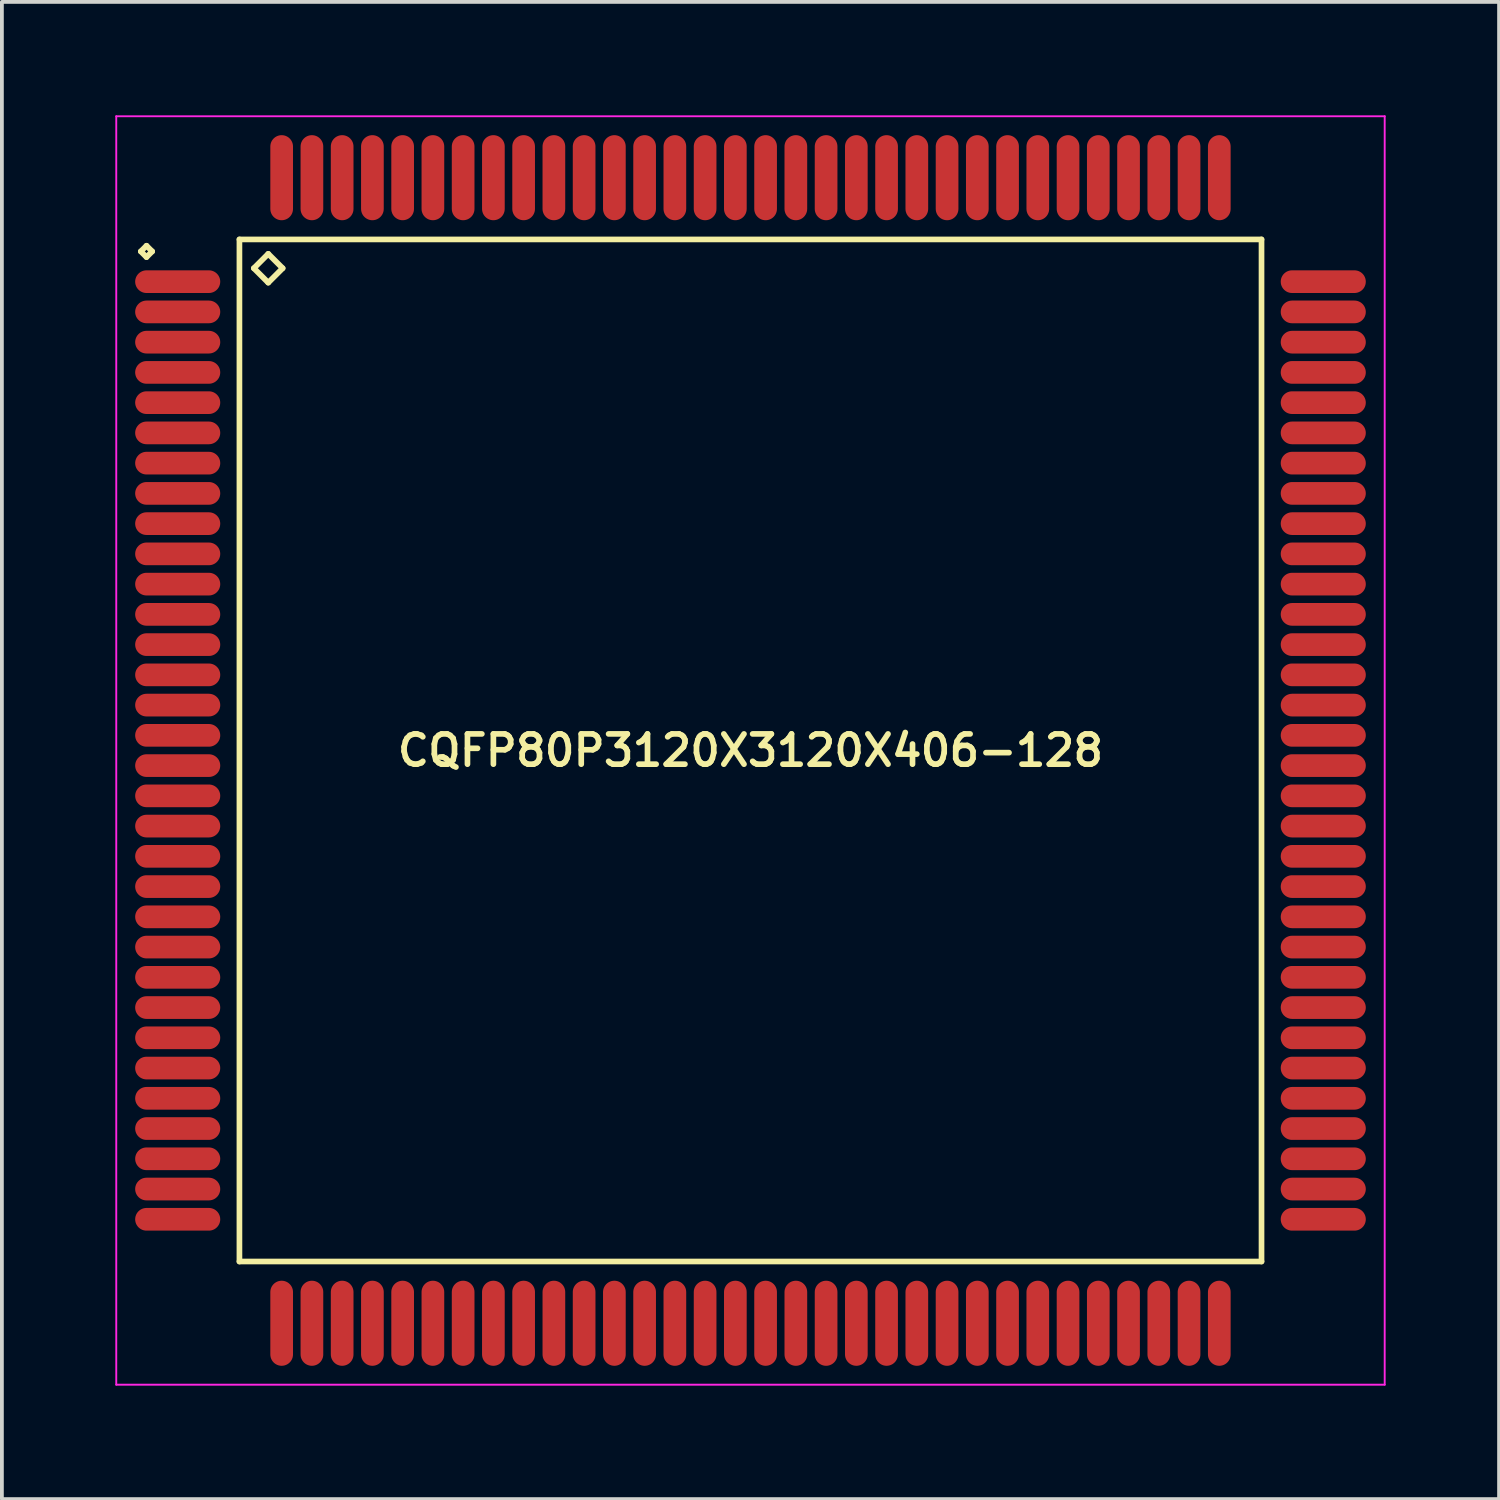
<source format=kicad_pcb>
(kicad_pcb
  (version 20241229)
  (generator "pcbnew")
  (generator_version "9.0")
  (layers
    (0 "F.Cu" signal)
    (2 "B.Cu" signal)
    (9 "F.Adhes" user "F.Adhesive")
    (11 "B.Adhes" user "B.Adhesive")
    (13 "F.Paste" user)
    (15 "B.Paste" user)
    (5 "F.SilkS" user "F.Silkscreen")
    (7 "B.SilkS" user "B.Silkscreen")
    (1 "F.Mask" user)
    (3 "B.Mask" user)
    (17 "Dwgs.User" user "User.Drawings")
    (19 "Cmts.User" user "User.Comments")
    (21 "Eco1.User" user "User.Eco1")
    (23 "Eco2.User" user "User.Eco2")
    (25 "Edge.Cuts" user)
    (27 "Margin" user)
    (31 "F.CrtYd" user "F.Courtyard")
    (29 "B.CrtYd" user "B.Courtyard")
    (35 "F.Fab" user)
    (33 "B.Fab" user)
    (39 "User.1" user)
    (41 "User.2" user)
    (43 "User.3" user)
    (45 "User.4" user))
  (footprint "CQFP80P3120X3120X406-128"
    (layer "F.Cu")
    (at 16.8 16.8)
    (property "Reference" "CQFP80P3120X3120X406-128" (at 0 0 0) (layer "F.SilkS") (effects (font (size 0.8 0.8) (thickness 0.15))))
    (attr smd)
    (fp_line (start -16.125 -13.2) (end -15.975 -13.35) (stroke (width 0.15) (type solid)) (layer "F.SilkS"))
    (fp_line (start -15.975 -13.35) (end -15.825 -13.2) (stroke (width 0.15) (type solid)) (layer "F.SilkS"))
    (fp_line (start -15.975 -13.05) (end -16.125 -13.2) (stroke (width 0.15) (type solid)) (layer "F.SilkS"))
    (fp_line (start -15.825 -13.2) (end -15.975 -13.05) (stroke (width 0.15) (type solid)) (layer "F.SilkS"))
    (fp_line (start -13.517 -13.517) (end -13.517 13.517) (stroke (width 0.15) (type solid)) (layer "F.SilkS"))
    (fp_line (start -13.517 13.517) (end 13.517 13.517) (stroke (width 0.15) (type solid)) (layer "F.SilkS"))
    (fp_line (start -13.136 -12.755) (end -12.755 -13.136) (stroke (width 0.15) (type solid)) (layer "F.SilkS"))
    (fp_line (start -12.755 -13.136) (end -12.374 -12.755) (stroke (width 0.15) (type solid)) (layer "F.SilkS"))
    (fp_line (start -12.755 -12.374) (end -13.136 -12.755) (stroke (width 0.15) (type solid)) (layer "F.SilkS"))
    (fp_line (start -12.374 -12.755) (end -12.755 -12.374) (stroke (width 0.15) (type solid)) (layer "F.SilkS"))
    (fp_line (start 13.517 -13.517) (end -13.517 -13.517) (stroke (width 0.15) (type solid)) (layer "F.SilkS"))
    (fp_line (start 13.517 13.517) (end 13.517 -13.517) (stroke (width 0.15) (type solid)) (layer "F.SilkS"))
    (fp_line (start -16.775 -16.775) (end 16.775 -16.775) (stroke (width 0.05) (type solid)) (layer "F.CrtYd"))
    (fp_line (start -16.775 16.775) (end -16.775 -16.775) (stroke (width 0.05) (type solid)) (layer "F.CrtYd"))
    (fp_line (start 16.775 -16.775) (end 16.775 16.775) (stroke (width 0.05) (type solid)) (layer "F.CrtYd"))
    (fp_line (start 16.775 16.775) (end -16.775 16.775) (stroke (width 0.05) (type solid)) (layer "F.CrtYd"))
    (pad "1" smd oval (at -15.15 -12.4) (size 2.25 0.6) (layers "F.Cu" "F.Mask" "F.Paste"))
    (pad "2" smd oval (at -15.15 -11.6) (size 2.25 0.6) (layers "F.Cu" "F.Mask" "F.Paste"))
    (pad "3" smd oval (at -15.15 -10.8) (size 2.25 0.6) (layers "F.Cu" "F.Mask" "F.Paste"))
    (pad "4" smd oval (at -15.15 -10) (size 2.25 0.6) (layers "F.Cu" "F.Mask" "F.Paste"))
    (pad "5" smd oval (at -15.15 -9.2) (size 2.25 0.6) (layers "F.Cu" "F.Mask" "F.Paste"))
    (pad "6" smd oval (at -15.15 -8.4) (size 2.25 0.6) (layers "F.Cu" "F.Mask" "F.Paste"))
    (pad "7" smd oval (at -15.15 -7.6) (size 2.25 0.6) (layers "F.Cu" "F.Mask" "F.Paste"))
    (pad "8" smd oval (at -15.15 -6.8) (size 2.25 0.6) (layers "F.Cu" "F.Mask" "F.Paste"))
    (pad "9" smd oval (at -15.15 -6) (size 2.25 0.6) (layers "F.Cu" "F.Mask" "F.Paste"))
    (pad "10" smd oval (at -15.15 -5.2) (size 2.25 0.6) (layers "F.Cu" "F.Mask" "F.Paste"))
    (pad "11" smd oval (at -15.15 -4.4) (size 2.25 0.6) (layers "F.Cu" "F.Mask" "F.Paste"))
    (pad "12" smd oval (at -15.15 -3.6) (size 2.25 0.6) (layers "F.Cu" "F.Mask" "F.Paste"))
    (pad "13" smd oval (at -15.15 -2.8) (size 2.25 0.6) (layers "F.Cu" "F.Mask" "F.Paste"))
    (pad "14" smd oval (at -15.15 -2) (size 2.25 0.6) (layers "F.Cu" "F.Mask" "F.Paste"))
    (pad "15" smd oval (at -15.15 -1.2) (size 2.25 0.6) (layers "F.Cu" "F.Mask" "F.Paste"))
    (pad "16" smd oval (at -15.15 -0.4) (size 2.25 0.6) (layers "F.Cu" "F.Mask" "F.Paste"))
    (pad "17" smd oval (at -15.15 0.4) (size 2.25 0.6) (layers "F.Cu" "F.Mask" "F.Paste"))
    (pad "18" smd oval (at -15.15 1.2) (size 2.25 0.6) (layers "F.Cu" "F.Mask" "F.Paste"))
    (pad "19" smd oval (at -15.15 2) (size 2.25 0.6) (layers "F.Cu" "F.Mask" "F.Paste"))
    (pad "20" smd oval (at -15.15 2.8) (size 2.25 0.6) (layers "F.Cu" "F.Mask" "F.Paste"))
    (pad "21" smd oval (at -15.15 3.6) (size 2.25 0.6) (layers "F.Cu" "F.Mask" "F.Paste"))
    (pad "22" smd oval (at -15.15 4.4) (size 2.25 0.6) (layers "F.Cu" "F.Mask" "F.Paste"))
    (pad "23" smd oval (at -15.15 5.2) (size 2.25 0.6) (layers "F.Cu" "F.Mask" "F.Paste"))
    (pad "24" smd oval (at -15.15 6) (size 2.25 0.6) (layers "F.Cu" "F.Mask" "F.Paste"))
    (pad "25" smd oval (at -15.15 6.8) (size 2.25 0.6) (layers "F.Cu" "F.Mask" "F.Paste"))
    (pad "26" smd oval (at -15.15 7.6) (size 2.25 0.6) (layers "F.Cu" "F.Mask" "F.Paste"))
    (pad "27" smd oval (at -15.15 8.4) (size 2.25 0.6) (layers "F.Cu" "F.Mask" "F.Paste"))
    (pad "28" smd oval (at -15.15 9.2) (size 2.25 0.6) (layers "F.Cu" "F.Mask" "F.Paste"))
    (pad "29" smd oval (at -15.15 10) (size 2.25 0.6) (layers "F.Cu" "F.Mask" "F.Paste"))
    (pad "30" smd oval (at -15.15 10.8) (size 2.25 0.6) (layers "F.Cu" "F.Mask" "F.Paste"))
    (pad "31" smd oval (at -15.15 11.6) (size 2.25 0.6) (layers "F.Cu" "F.Mask" "F.Paste"))
    (pad "32" smd oval (at -15.15 12.4) (size 2.25 0.6) (layers "F.Cu" "F.Mask" "F.Paste"))
    (pad "33" smd oval (at -12.4 15.15) (size 0.6 2.25) (layers "F.Cu" "F.Mask" "F.Paste"))
    (pad "34" smd oval (at -11.6 15.15) (size 0.6 2.25) (layers "F.Cu" "F.Mask" "F.Paste"))
    (pad "35" smd oval (at -10.8 15.15) (size 0.6 2.25) (layers "F.Cu" "F.Mask" "F.Paste"))
    (pad "36" smd oval (at -10 15.15) (size 0.6 2.25) (layers "F.Cu" "F.Mask" "F.Paste"))
    (pad "37" smd oval (at -9.2 15.15) (size 0.6 2.25) (layers "F.Cu" "F.Mask" "F.Paste"))
    (pad "38" smd oval (at -8.4 15.15) (size 0.6 2.25) (layers "F.Cu" "F.Mask" "F.Paste"))
    (pad "39" smd oval (at -7.6 15.15) (size 0.6 2.25) (layers "F.Cu" "F.Mask" "F.Paste"))
    (pad "40" smd oval (at -6.8 15.15) (size 0.6 2.25) (layers "F.Cu" "F.Mask" "F.Paste"))
    (pad "41" smd oval (at -6 15.15) (size 0.6 2.25) (layers "F.Cu" "F.Mask" "F.Paste"))
    (pad "42" smd oval (at -5.2 15.15) (size 0.6 2.25) (layers "F.Cu" "F.Mask" "F.Paste"))
    (pad "43" smd oval (at -4.4 15.15) (size 0.6 2.25) (layers "F.Cu" "F.Mask" "F.Paste"))
    (pad "44" smd oval (at -3.6 15.15) (size 0.6 2.25) (layers "F.Cu" "F.Mask" "F.Paste"))
    (pad "45" smd oval (at -2.8 15.15) (size 0.6 2.25) (layers "F.Cu" "F.Mask" "F.Paste"))
    (pad "46" smd oval (at -2 15.15) (size 0.6 2.25) (layers "F.Cu" "F.Mask" "F.Paste"))
    (pad "47" smd oval (at -1.2 15.15) (size 0.6 2.25) (layers "F.Cu" "F.Mask" "F.Paste"))
    (pad "48" smd oval (at -0.4 15.15) (size 0.6 2.25) (layers "F.Cu" "F.Mask" "F.Paste"))
    (pad "49" smd oval (at 0.4 15.15) (size 0.6 2.25) (layers "F.Cu" "F.Mask" "F.Paste"))
    (pad "50" smd oval (at 1.2 15.15) (size 0.6 2.25) (layers "F.Cu" "F.Mask" "F.Paste"))
    (pad "51" smd oval (at 2 15.15) (size 0.6 2.25) (layers "F.Cu" "F.Mask" "F.Paste"))
    (pad "52" smd oval (at 2.8 15.15) (size 0.6 2.25) (layers "F.Cu" "F.Mask" "F.Paste"))
    (pad "53" smd oval (at 3.6 15.15) (size 0.6 2.25) (layers "F.Cu" "F.Mask" "F.Paste"))
    (pad "54" smd oval (at 4.4 15.15) (size 0.6 2.25) (layers "F.Cu" "F.Mask" "F.Paste"))
    (pad "55" smd oval (at 5.2 15.15) (size 0.6 2.25) (layers "F.Cu" "F.Mask" "F.Paste"))
    (pad "56" smd oval (at 6 15.15) (size 0.6 2.25) (layers "F.Cu" "F.Mask" "F.Paste"))
    (pad "57" smd oval (at 6.8 15.15) (size 0.6 2.25) (layers "F.Cu" "F.Mask" "F.Paste"))
    (pad "58" smd oval (at 7.6 15.15) (size 0.6 2.25) (layers "F.Cu" "F.Mask" "F.Paste"))
    (pad "59" smd oval (at 8.4 15.15) (size 0.6 2.25) (layers "F.Cu" "F.Mask" "F.Paste"))
    (pad "60" smd oval (at 9.2 15.15) (size 0.6 2.25) (layers "F.Cu" "F.Mask" "F.Paste"))
    (pad "61" smd oval (at 10 15.15) (size 0.6 2.25) (layers "F.Cu" "F.Mask" "F.Paste"))
    (pad "62" smd oval (at 10.8 15.15) (size 0.6 2.25) (layers "F.Cu" "F.Mask" "F.Paste"))
    (pad "63" smd oval (at 11.6 15.15) (size 0.6 2.25) (layers "F.Cu" "F.Mask" "F.Paste"))
    (pad "64" smd oval (at 12.4 15.15) (size 0.6 2.25) (layers "F.Cu" "F.Mask" "F.Paste"))
    (pad "65" smd oval (at 15.15 12.4) (size 2.25 0.6) (layers "F.Cu" "F.Mask" "F.Paste"))
    (pad "66" smd oval (at 15.15 11.6) (size 2.25 0.6) (layers "F.Cu" "F.Mask" "F.Paste"))
    (pad "67" smd oval (at 15.15 10.8) (size 2.25 0.6) (layers "F.Cu" "F.Mask" "F.Paste"))
    (pad "68" smd oval (at 15.15 10) (size 2.25 0.6) (layers "F.Cu" "F.Mask" "F.Paste"))
    (pad "69" smd oval (at 15.15 9.2) (size 2.25 0.6) (layers "F.Cu" "F.Mask" "F.Paste"))
    (pad "70" smd oval (at 15.15 8.4) (size 2.25 0.6) (layers "F.Cu" "F.Mask" "F.Paste"))
    (pad "71" smd oval (at 15.15 7.6) (size 2.25 0.6) (layers "F.Cu" "F.Mask" "F.Paste"))
    (pad "72" smd oval (at 15.15 6.8) (size 2.25 0.6) (layers "F.Cu" "F.Mask" "F.Paste"))
    (pad "73" smd oval (at 15.15 6) (size 2.25 0.6) (layers "F.Cu" "F.Mask" "F.Paste"))
    (pad "74" smd oval (at 15.15 5.2) (size 2.25 0.6) (layers "F.Cu" "F.Mask" "F.Paste"))
    (pad "75" smd oval (at 15.15 4.4) (size 2.25 0.6) (layers "F.Cu" "F.Mask" "F.Paste"))
    (pad "76" smd oval (at 15.15 3.6) (size 2.25 0.6) (layers "F.Cu" "F.Mask" "F.Paste"))
    (pad "77" smd oval (at 15.15 2.8) (size 2.25 0.6) (layers "F.Cu" "F.Mask" "F.Paste"))
    (pad "78" smd oval (at 15.15 2) (size 2.25 0.6) (layers "F.Cu" "F.Mask" "F.Paste"))
    (pad "79" smd oval (at 15.15 1.2) (size 2.25 0.6) (layers "F.Cu" "F.Mask" "F.Paste"))
    (pad "80" smd oval (at 15.15 0.4) (size 2.25 0.6) (layers "F.Cu" "F.Mask" "F.Paste"))
    (pad "81" smd oval (at 15.15 -0.4) (size 2.25 0.6) (layers "F.Cu" "F.Mask" "F.Paste"))
    (pad "82" smd oval (at 15.15 -1.2) (size 2.25 0.6) (layers "F.Cu" "F.Mask" "F.Paste"))
    (pad "83" smd oval (at 15.15 -2) (size 2.25 0.6) (layers "F.Cu" "F.Mask" "F.Paste"))
    (pad "84" smd oval (at 15.15 -2.8) (size 2.25 0.6) (layers "F.Cu" "F.Mask" "F.Paste"))
    (pad "85" smd oval (at 15.15 -3.6) (size 2.25 0.6) (layers "F.Cu" "F.Mask" "F.Paste"))
    (pad "86" smd oval (at 15.15 -4.4) (size 2.25 0.6) (layers "F.Cu" "F.Mask" "F.Paste"))
    (pad "87" smd oval (at 15.15 -5.2) (size 2.25 0.6) (layers "F.Cu" "F.Mask" "F.Paste"))
    (pad "88" smd oval (at 15.15 -6) (size 2.25 0.6) (layers "F.Cu" "F.Mask" "F.Paste"))
    (pad "89" smd oval (at 15.15 -6.8) (size 2.25 0.6) (layers "F.Cu" "F.Mask" "F.Paste"))
    (pad "90" smd oval (at 15.15 -7.6) (size 2.25 0.6) (layers "F.Cu" "F.Mask" "F.Paste"))
    (pad "91" smd oval (at 15.15 -8.4) (size 2.25 0.6) (layers "F.Cu" "F.Mask" "F.Paste"))
    (pad "92" smd oval (at 15.15 -9.2) (size 2.25 0.6) (layers "F.Cu" "F.Mask" "F.Paste"))
    (pad "93" smd oval (at 15.15 -10) (size 2.25 0.6) (layers "F.Cu" "F.Mask" "F.Paste"))
    (pad "94" smd oval (at 15.15 -10.8) (size 2.25 0.6) (layers "F.Cu" "F.Mask" "F.Paste"))
    (pad "95" smd oval (at 15.15 -11.6) (size 2.25 0.6) (layers "F.Cu" "F.Mask" "F.Paste"))
    (pad "96" smd oval (at 15.15 -12.4) (size 2.25 0.6) (layers "F.Cu" "F.Mask" "F.Paste"))
    (pad "97" smd oval (at 12.4 -15.15) (size 0.6 2.25) (layers "F.Cu" "F.Mask" "F.Paste"))
    (pad "98" smd oval (at 11.6 -15.15) (size 0.6 2.25) (layers "F.Cu" "F.Mask" "F.Paste"))
    (pad "99" smd oval (at 10.8 -15.15) (size 0.6 2.25) (layers "F.Cu" "F.Mask" "F.Paste"))
    (pad "100" smd oval (at 10 -15.15) (size 0.6 2.25) (layers "F.Cu" "F.Mask" "F.Paste"))
    (pad "101" smd oval (at 9.2 -15.15) (size 0.6 2.25) (layers "F.Cu" "F.Mask" "F.Paste"))
    (pad "102" smd oval (at 8.4 -15.15) (size 0.6 2.25) (layers "F.Cu" "F.Mask" "F.Paste"))
    (pad "103" smd oval (at 7.6 -15.15) (size 0.6 2.25) (layers "F.Cu" "F.Mask" "F.Paste"))
    (pad "104" smd oval (at 6.8 -15.15) (size 0.6 2.25) (layers "F.Cu" "F.Mask" "F.Paste"))
    (pad "105" smd oval (at 6 -15.15) (size 0.6 2.25) (layers "F.Cu" "F.Mask" "F.Paste"))
    (pad "106" smd oval (at 5.2 -15.15) (size 0.6 2.25) (layers "F.Cu" "F.Mask" "F.Paste"))
    (pad "107" smd oval (at 4.4 -15.15) (size 0.6 2.25) (layers "F.Cu" "F.Mask" "F.Paste"))
    (pad "108" smd oval (at 3.6 -15.15) (size 0.6 2.25) (layers "F.Cu" "F.Mask" "F.Paste"))
    (pad "109" smd oval (at 2.8 -15.15) (size 0.6 2.25) (layers "F.Cu" "F.Mask" "F.Paste"))
    (pad "110" smd oval (at 2 -15.15) (size 0.6 2.25) (layers "F.Cu" "F.Mask" "F.Paste"))
    (pad "111" smd oval (at 1.2 -15.15) (size 0.6 2.25) (layers "F.Cu" "F.Mask" "F.Paste"))
    (pad "112" smd oval (at 0.4 -15.15) (size 0.6 2.25) (layers "F.Cu" "F.Mask" "F.Paste"))
    (pad "113" smd oval (at -0.4 -15.15) (size 0.6 2.25) (layers "F.Cu" "F.Mask" "F.Paste"))
    (pad "114" smd oval (at -1.2 -15.15) (size 0.6 2.25) (layers "F.Cu" "F.Mask" "F.Paste"))
    (pad "115" smd oval (at -2 -15.15) (size 0.6 2.25) (layers "F.Cu" "F.Mask" "F.Paste"))
    (pad "116" smd oval (at -2.8 -15.15) (size 0.6 2.25) (layers "F.Cu" "F.Mask" "F.Paste"))
    (pad "117" smd oval (at -3.6 -15.15) (size 0.6 2.25) (layers "F.Cu" "F.Mask" "F.Paste"))
    (pad "118" smd oval (at -4.4 -15.15) (size 0.6 2.25) (layers "F.Cu" "F.Mask" "F.Paste"))
    (pad "119" smd oval (at -5.2 -15.15) (size 0.6 2.25) (layers "F.Cu" "F.Mask" "F.Paste"))
    (pad "120" smd oval (at -6 -15.15) (size 0.6 2.25) (layers "F.Cu" "F.Mask" "F.Paste"))
    (pad "121" smd oval (at -6.8 -15.15) (size 0.6 2.25) (layers "F.Cu" "F.Mask" "F.Paste"))
    (pad "122" smd oval (at -7.6 -15.15) (size 0.6 2.25) (layers "F.Cu" "F.Mask" "F.Paste"))
    (pad "123" smd oval (at -8.4 -15.15) (size 0.6 2.25) (layers "F.Cu" "F.Mask" "F.Paste"))
    (pad "124" smd oval (at -9.2 -15.15) (size 0.6 2.25) (layers "F.Cu" "F.Mask" "F.Paste"))
    (pad "125" smd oval (at -10 -15.15) (size 0.6 2.25) (layers "F.Cu" "F.Mask" "F.Paste"))
    (pad "126" smd oval (at -10.8 -15.15) (size 0.6 2.25) (layers "F.Cu" "F.Mask" "F.Paste"))
    (pad "127" smd oval (at -11.6 -15.15) (size 0.6 2.25) (layers "F.Cu" "F.Mask" "F.Paste"))
    (pad "128" smd oval (at -12.4 -15.15) (size 0.6 2.25) (layers "F.Cu" "F.Mask" "F.Paste")))
  (gr_rect
    (start -3 -3)
    (end 36.6 36.6)
    (stroke (width 0.1) (type default))
    (fill no)
    (layer "Edge.Cuts")))
</source>
